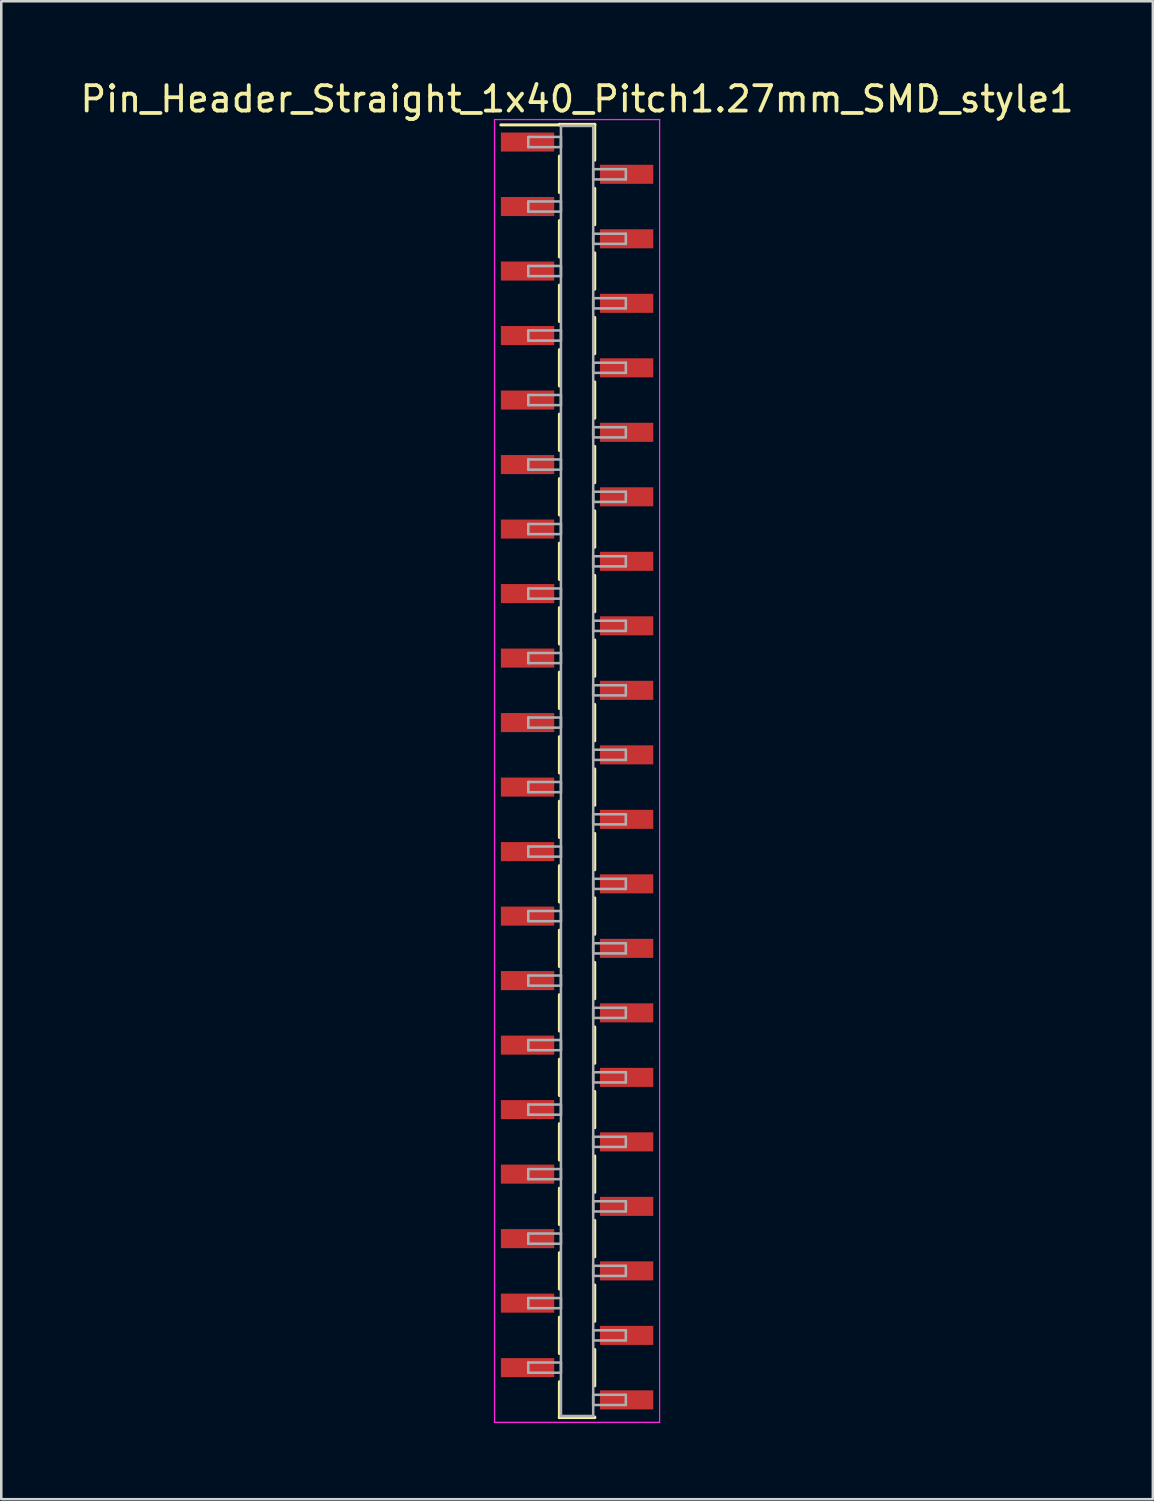
<source format=kicad_pcb>
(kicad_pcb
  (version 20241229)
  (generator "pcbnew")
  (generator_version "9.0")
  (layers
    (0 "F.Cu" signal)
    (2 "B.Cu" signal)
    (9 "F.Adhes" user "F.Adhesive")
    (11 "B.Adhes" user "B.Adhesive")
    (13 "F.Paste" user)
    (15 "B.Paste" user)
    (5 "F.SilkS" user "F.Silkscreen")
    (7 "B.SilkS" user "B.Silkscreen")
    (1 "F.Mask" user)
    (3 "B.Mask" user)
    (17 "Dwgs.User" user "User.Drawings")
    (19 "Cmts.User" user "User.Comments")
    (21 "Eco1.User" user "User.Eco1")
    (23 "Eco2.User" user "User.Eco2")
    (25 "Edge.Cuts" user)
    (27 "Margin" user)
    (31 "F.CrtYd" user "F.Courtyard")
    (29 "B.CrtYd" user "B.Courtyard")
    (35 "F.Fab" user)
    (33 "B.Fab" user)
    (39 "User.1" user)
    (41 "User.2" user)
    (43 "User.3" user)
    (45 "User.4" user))
  (footprint "Pin_Header_Straight_1x40_Pitch1.27mm_SMD_style1"
    (layer "F.Cu")
    (at 19.673 27.308)
    (property "Reference" "Pin_Header_Straight_1x40_Pitch1.27mm_SMD_style1" (at 0 -26.46 0) (layer "F.SilkS") (effects (font (size 1 1) (thickness 0.15))))
    (attr smd)
    (fp_line (start -0.695 -25.46) (end 0.695 -25.46) (stroke (width 0.12) (type solid)) (layer "F.SilkS"))
    (fp_line (start -0.695 -25.44) (end -3 -25.44) (stroke (width 0.12) (type solid)) (layer "F.SilkS"))
    (fp_line (start -0.695 -25.44) (end -0.695 -25.46) (stroke (width 0.12) (type solid)) (layer "F.SilkS"))
    (fp_line (start -0.695 -24.21) (end -0.695 -22.78) (stroke (width 0.12) (type solid)) (layer "F.SilkS"))
    (fp_line (start -0.695 -21.67) (end -0.695 -20.24) (stroke (width 0.12) (type solid)) (layer "F.SilkS"))
    (fp_line (start -0.695 -19.13) (end -0.695 -17.7) (stroke (width 0.12) (type solid)) (layer "F.SilkS"))
    (fp_line (start -0.695 -16.59) (end -0.695 -15.16) (stroke (width 0.12) (type solid)) (layer "F.SilkS"))
    (fp_line (start -0.695 -14.05) (end -0.695 -12.62) (stroke (width 0.12) (type solid)) (layer "F.SilkS"))
    (fp_line (start -0.695 -11.51) (end -0.695 -10.08) (stroke (width 0.12) (type solid)) (layer "F.SilkS"))
    (fp_line (start -0.695 -8.97) (end -0.695 -7.54) (stroke (width 0.12) (type solid)) (layer "F.SilkS"))
    (fp_line (start -0.695 -6.43) (end -0.695 -5) (stroke (width 0.12) (type solid)) (layer "F.SilkS"))
    (fp_line (start -0.695 -3.89) (end -0.695 -2.46) (stroke (width 0.12) (type solid)) (layer "F.SilkS"))
    (fp_line (start -0.695 -1.35) (end -0.695 0.08) (stroke (width 0.12) (type solid)) (layer "F.SilkS"))
    (fp_line (start -0.695 1.19) (end -0.695 2.62) (stroke (width 0.12) (type solid)) (layer "F.SilkS"))
    (fp_line (start -0.695 3.73) (end -0.695 5.16) (stroke (width 0.12) (type solid)) (layer "F.SilkS"))
    (fp_line (start -0.695 6.27) (end -0.695 7.7) (stroke (width 0.12) (type solid)) (layer "F.SilkS"))
    (fp_line (start -0.695 8.81) (end -0.695 10.24) (stroke (width 0.12) (type solid)) (layer "F.SilkS"))
    (fp_line (start -0.695 11.35) (end -0.695 12.78) (stroke (width 0.12) (type solid)) (layer "F.SilkS"))
    (fp_line (start -0.695 13.89) (end -0.695 15.32) (stroke (width 0.12) (type solid)) (layer "F.SilkS"))
    (fp_line (start -0.695 16.43) (end -0.695 17.86) (stroke (width 0.12) (type solid)) (layer "F.SilkS"))
    (fp_line (start -0.695 18.97) (end -0.695 20.4) (stroke (width 0.12) (type solid)) (layer "F.SilkS"))
    (fp_line (start -0.695 21.51) (end -0.695 22.94) (stroke (width 0.12) (type solid)) (layer "F.SilkS"))
    (fp_line (start -0.695 24.05) (end -0.695 25.46) (stroke (width 0.12) (type solid)) (layer "F.SilkS"))
    (fp_line (start -0.695 25.44) (end -0.695 25.46) (stroke (width 0.12) (type solid)) (layer "F.SilkS"))
    (fp_line (start -0.695 25.46) (end 0.695 25.46) (stroke (width 0.12) (type solid)) (layer "F.SilkS"))
    (fp_line (start 0.695 -25.46) (end 0.695 -25.44) (stroke (width 0.12) (type solid)) (layer "F.SilkS"))
    (fp_line (start 0.695 -25.46) (end 0.695 -24.05) (stroke (width 0.12) (type solid)) (layer "F.SilkS"))
    (fp_line (start 0.695 -22.94) (end 0.695 -21.51) (stroke (width 0.12) (type solid)) (layer "F.SilkS"))
    (fp_line (start 0.695 -20.4) (end 0.695 -18.97) (stroke (width 0.12) (type solid)) (layer "F.SilkS"))
    (fp_line (start 0.695 -17.86) (end 0.695 -16.43) (stroke (width 0.12) (type solid)) (layer "F.SilkS"))
    (fp_line (start 0.695 -15.32) (end 0.695 -13.89) (stroke (width 0.12) (type solid)) (layer "F.SilkS"))
    (fp_line (start 0.695 -12.78) (end 0.695 -11.35) (stroke (width 0.12) (type solid)) (layer "F.SilkS"))
    (fp_line (start 0.695 -10.24) (end 0.695 -8.81) (stroke (width 0.12) (type solid)) (layer "F.SilkS"))
    (fp_line (start 0.695 -7.7) (end 0.695 -6.27) (stroke (width 0.12) (type solid)) (layer "F.SilkS"))
    (fp_line (start 0.695 -5.16) (end 0.695 -3.73) (stroke (width 0.12) (type solid)) (layer "F.SilkS"))
    (fp_line (start 0.695 -2.62) (end 0.695 -1.19) (stroke (width 0.12) (type solid)) (layer "F.SilkS"))
    (fp_line (start 0.695 -0.08) (end 0.695 1.35) (stroke (width 0.12) (type solid)) (layer "F.SilkS"))
    (fp_line (start 0.695 2.46) (end 0.695 3.89) (stroke (width 0.12) (type solid)) (layer "F.SilkS"))
    (fp_line (start 0.695 5) (end 0.695 6.43) (stroke (width 0.12) (type solid)) (layer "F.SilkS"))
    (fp_line (start 0.695 7.54) (end 0.695 8.97) (stroke (width 0.12) (type solid)) (layer "F.SilkS"))
    (fp_line (start 0.695 10.08) (end 0.695 11.51) (stroke (width 0.12) (type solid)) (layer "F.SilkS"))
    (fp_line (start 0.695 12.62) (end 0.695 14.05) (stroke (width 0.12) (type solid)) (layer "F.SilkS"))
    (fp_line (start 0.695 15.16) (end 0.695 16.59) (stroke (width 0.12) (type solid)) (layer "F.SilkS"))
    (fp_line (start 0.695 17.7) (end 0.695 19.13) (stroke (width 0.12) (type solid)) (layer "F.SilkS"))
    (fp_line (start 0.695 20.24) (end 0.695 21.67) (stroke (width 0.12) (type solid)) (layer "F.SilkS"))
    (fp_line (start 0.695 22.78) (end 0.695 24.21) (stroke (width 0.12) (type solid)) (layer "F.SilkS"))
    (fp_line (start 0.695 25.46) (end 0.695 25.44) (stroke (width 0.12) (type solid)) (layer "F.SilkS"))
    (fp_line (start -3.25 -25.65) (end -3.25 25.65) (stroke (width 0.05) (type solid)) (layer "F.CrtYd"))
    (fp_line (start -3.25 25.65) (end 3.25 25.65) (stroke (width 0.05) (type solid)) (layer "F.CrtYd"))
    (fp_line (start 3.25 -25.65) (end -3.25 -25.65) (stroke (width 0.05) (type solid)) (layer "F.CrtYd"))
    (fp_line (start 3.25 25.65) (end 3.25 -25.65) (stroke (width 0.05) (type solid)) (layer "F.CrtYd"))
    (fp_line (start -1.92 -24.965) (end -0.635 -24.965) (stroke (width 0.1) (type solid)) (layer "F.Fab"))
    (fp_line (start -1.92 -24.565) (end -1.92 -24.965) (stroke (width 0.1) (type solid)) (layer "F.Fab"))
    (fp_line (start -1.92 -22.425) (end -0.635 -22.425) (stroke (width 0.1) (type solid)) (layer "F.Fab"))
    (fp_line (start -1.92 -22.025) (end -1.92 -22.425) (stroke (width 0.1) (type solid)) (layer "F.Fab"))
    (fp_line (start -1.92 -19.885) (end -0.635 -19.885) (stroke (width 0.1) (type solid)) (layer "F.Fab"))
    (fp_line (start -1.92 -19.485) (end -1.92 -19.885) (stroke (width 0.1) (type solid)) (layer "F.Fab"))
    (fp_line (start -1.92 -17.345) (end -0.635 -17.345) (stroke (width 0.1) (type solid)) (layer "F.Fab"))
    (fp_line (start -1.92 -16.945) (end -1.92 -17.345) (stroke (width 0.1) (type solid)) (layer "F.Fab"))
    (fp_line (start -1.92 -14.805) (end -0.635 -14.805) (stroke (width 0.1) (type solid)) (layer "F.Fab"))
    (fp_line (start -1.92 -14.405) (end -1.92 -14.805) (stroke (width 0.1) (type solid)) (layer "F.Fab"))
    (fp_line (start -1.92 -12.265) (end -0.635 -12.265) (stroke (width 0.1) (type solid)) (layer "F.Fab"))
    (fp_line (start -1.92 -11.865) (end -1.92 -12.265) (stroke (width 0.1) (type solid)) (layer "F.Fab"))
    (fp_line (start -1.92 -9.725) (end -0.635 -9.725) (stroke (width 0.1) (type solid)) (layer "F.Fab"))
    (fp_line (start -1.92 -9.325) (end -1.92 -9.725) (stroke (width 0.1) (type solid)) (layer "F.Fab"))
    (fp_line (start -1.92 -7.185) (end -0.635 -7.185) (stroke (width 0.1) (type solid)) (layer "F.Fab"))
    (fp_line (start -1.92 -6.785) (end -1.92 -7.185) (stroke (width 0.1) (type solid)) (layer "F.Fab"))
    (fp_line (start -1.92 -4.645) (end -0.635 -4.645) (stroke (width 0.1) (type solid)) (layer "F.Fab"))
    (fp_line (start -1.92 -4.245) (end -1.92 -4.645) (stroke (width 0.1) (type solid)) (layer "F.Fab"))
    (fp_line (start -1.92 -2.105) (end -0.635 -2.105) (stroke (width 0.1) (type solid)) (layer "F.Fab"))
    (fp_line (start -1.92 -1.705) (end -1.92 -2.105) (stroke (width 0.1) (type solid)) (layer "F.Fab"))
    (fp_line (start -1.92 0.435) (end -0.635 0.435) (stroke (width 0.1) (type solid)) (layer "F.Fab"))
    (fp_line (start -1.92 0.835) (end -1.92 0.435) (stroke (width 0.1) (type solid)) (layer "F.Fab"))
    (fp_line (start -1.92 2.975) (end -0.635 2.975) (stroke (width 0.1) (type solid)) (layer "F.Fab"))
    (fp_line (start -1.92 3.375) (end -1.92 2.975) (stroke (width 0.1) (type solid)) (layer "F.Fab"))
    (fp_line (start -1.92 5.515) (end -0.635 5.515) (stroke (width 0.1) (type solid)) (layer "F.Fab"))
    (fp_line (start -1.92 5.915) (end -1.92 5.515) (stroke (width 0.1) (type solid)) (layer "F.Fab"))
    (fp_line (start -1.92 8.055) (end -0.635 8.055) (stroke (width 0.1) (type solid)) (layer "F.Fab"))
    (fp_line (start -1.92 8.455) (end -1.92 8.055) (stroke (width 0.1) (type solid)) (layer "F.Fab"))
    (fp_line (start -1.92 10.595) (end -0.635 10.595) (stroke (width 0.1) (type solid)) (layer "F.Fab"))
    (fp_line (start -1.92 10.995) (end -1.92 10.595) (stroke (width 0.1) (type solid)) (layer "F.Fab"))
    (fp_line (start -1.92 13.135) (end -0.635 13.135) (stroke (width 0.1) (type solid)) (layer "F.Fab"))
    (fp_line (start -1.92 13.535) (end -1.92 13.135) (stroke (width 0.1) (type solid)) (layer "F.Fab"))
    (fp_line (start -1.92 15.675) (end -0.635 15.675) (stroke (width 0.1) (type solid)) (layer "F.Fab"))
    (fp_line (start -1.92 16.075) (end -1.92 15.675) (stroke (width 0.1) (type solid)) (layer "F.Fab"))
    (fp_line (start -1.92 18.215) (end -0.635 18.215) (stroke (width 0.1) (type solid)) (layer "F.Fab"))
    (fp_line (start -1.92 18.615) (end -1.92 18.215) (stroke (width 0.1) (type solid)) (layer "F.Fab"))
    (fp_line (start -1.92 20.755) (end -0.635 20.755) (stroke (width 0.1) (type solid)) (layer "F.Fab"))
    (fp_line (start -1.92 21.155) (end -1.92 20.755) (stroke (width 0.1) (type solid)) (layer "F.Fab"))
    (fp_line (start -1.92 23.295) (end -0.635 23.295) (stroke (width 0.1) (type solid)) (layer "F.Fab"))
    (fp_line (start -1.92 23.695) (end -1.92 23.295) (stroke (width 0.1) (type solid)) (layer "F.Fab"))
    (fp_line (start -0.635 -25.4) (end -0.635 25.4) (stroke (width 0.1) (type solid)) (layer "F.Fab"))
    (fp_line (start -0.635 -24.965) (end -0.635 -24.565) (stroke (width 0.1) (type solid)) (layer "F.Fab"))
    (fp_line (start -0.635 -24.565) (end -1.92 -24.565) (stroke (width 0.1) (type solid)) (layer "F.Fab"))
    (fp_line (start -0.635 -22.425) (end -0.635 -22.025) (stroke (width 0.1) (type solid)) (layer "F.Fab"))
    (fp_line (start -0.635 -22.025) (end -1.92 -22.025) (stroke (width 0.1) (type solid)) (layer "F.Fab"))
    (fp_line (start -0.635 -19.885) (end -0.635 -19.485) (stroke (width 0.1) (type solid)) (layer "F.Fab"))
    (fp_line (start -0.635 -19.485) (end -1.92 -19.485) (stroke (width 0.1) (type solid)) (layer "F.Fab"))
    (fp_line (start -0.635 -17.345) (end -0.635 -16.945) (stroke (width 0.1) (type solid)) (layer "F.Fab"))
    (fp_line (start -0.635 -16.945) (end -1.92 -16.945) (stroke (width 0.1) (type solid)) (layer "F.Fab"))
    (fp_line (start -0.635 -14.805) (end -0.635 -14.405) (stroke (width 0.1) (type solid)) (layer "F.Fab"))
    (fp_line (start -0.635 -14.405) (end -1.92 -14.405) (stroke (width 0.1) (type solid)) (layer "F.Fab"))
    (fp_line (start -0.635 -12.265) (end -0.635 -11.865) (stroke (width 0.1) (type solid)) (layer "F.Fab"))
    (fp_line (start -0.635 -11.865) (end -1.92 -11.865) (stroke (width 0.1) (type solid)) (layer "F.Fab"))
    (fp_line (start -0.635 -9.725) (end -0.635 -9.325) (stroke (width 0.1) (type solid)) (layer "F.Fab"))
    (fp_line (start -0.635 -9.325) (end -1.92 -9.325) (stroke (width 0.1) (type solid)) (layer "F.Fab"))
    (fp_line (start -0.635 -7.185) (end -0.635 -6.785) (stroke (width 0.1) (type solid)) (layer "F.Fab"))
    (fp_line (start -0.635 -6.785) (end -1.92 -6.785) (stroke (width 0.1) (type solid)) (layer "F.Fab"))
    (fp_line (start -0.635 -4.645) (end -0.635 -4.245) (stroke (width 0.1) (type solid)) (layer "F.Fab"))
    (fp_line (start -0.635 -4.245) (end -1.92 -4.245) (stroke (width 0.1) (type solid)) (layer "F.Fab"))
    (fp_line (start -0.635 -2.105) (end -0.635 -1.705) (stroke (width 0.1) (type solid)) (layer "F.Fab"))
    (fp_line (start -0.635 -1.705) (end -1.92 -1.705) (stroke (width 0.1) (type solid)) (layer "F.Fab"))
    (fp_line (start -0.635 0.435) (end -0.635 0.835) (stroke (width 0.1) (type solid)) (layer "F.Fab"))
    (fp_line (start -0.635 0.835) (end -1.92 0.835) (stroke (width 0.1) (type solid)) (layer "F.Fab"))
    (fp_line (start -0.635 2.975) (end -0.635 3.375) (stroke (width 0.1) (type solid)) (layer "F.Fab"))
    (fp_line (start -0.635 3.375) (end -1.92 3.375) (stroke (width 0.1) (type solid)) (layer "F.Fab"))
    (fp_line (start -0.635 5.515) (end -0.635 5.915) (stroke (width 0.1) (type solid)) (layer "F.Fab"))
    (fp_line (start -0.635 5.915) (end -1.92 5.915) (stroke (width 0.1) (type solid)) (layer "F.Fab"))
    (fp_line (start -0.635 8.055) (end -0.635 8.455) (stroke (width 0.1) (type solid)) (layer "F.Fab"))
    (fp_line (start -0.635 8.455) (end -1.92 8.455) (stroke (width 0.1) (type solid)) (layer "F.Fab"))
    (fp_line (start -0.635 10.595) (end -0.635 10.995) (stroke (width 0.1) (type solid)) (layer "F.Fab"))
    (fp_line (start -0.635 10.995) (end -1.92 10.995) (stroke (width 0.1) (type solid)) (layer "F.Fab"))
    (fp_line (start -0.635 13.135) (end -0.635 13.535) (stroke (width 0.1) (type solid)) (layer "F.Fab"))
    (fp_line (start -0.635 13.535) (end -1.92 13.535) (stroke (width 0.1) (type solid)) (layer "F.Fab"))
    (fp_line (start -0.635 15.675) (end -0.635 16.075) (stroke (width 0.1) (type solid)) (layer "F.Fab"))
    (fp_line (start -0.635 16.075) (end -1.92 16.075) (stroke (width 0.1) (type solid)) (layer "F.Fab"))
    (fp_line (start -0.635 18.215) (end -0.635 18.615) (stroke (width 0.1) (type solid)) (layer "F.Fab"))
    (fp_line (start -0.635 18.615) (end -1.92 18.615) (stroke (width 0.1) (type solid)) (layer "F.Fab"))
    (fp_line (start -0.635 20.755) (end -0.635 21.155) (stroke (width 0.1) (type solid)) (layer "F.Fab"))
    (fp_line (start -0.635 21.155) (end -1.92 21.155) (stroke (width 0.1) (type solid)) (layer "F.Fab"))
    (fp_line (start -0.635 23.295) (end -0.635 23.695) (stroke (width 0.1) (type solid)) (layer "F.Fab"))
    (fp_line (start -0.635 23.695) (end -1.92 23.695) (stroke (width 0.1) (type solid)) (layer "F.Fab"))
    (fp_line (start -0.635 25.4) (end 0.635 25.4) (stroke (width 0.1) (type solid)) (layer "F.Fab"))
    (fp_line (start 0.635 -25.4) (end -0.635 -25.4) (stroke (width 0.1) (type solid)) (layer "F.Fab"))
    (fp_line (start 0.635 -23.695) (end 0.635 -23.295) (stroke (width 0.1) (type solid)) (layer "F.Fab"))
    (fp_line (start 0.635 -23.295) (end 1.92 -23.295) (stroke (width 0.1) (type solid)) (layer "F.Fab"))
    (fp_line (start 0.635 -21.155) (end 0.635 -20.755) (stroke (width 0.1) (type solid)) (layer "F.Fab"))
    (fp_line (start 0.635 -20.755) (end 1.92 -20.755) (stroke (width 0.1) (type solid)) (layer "F.Fab"))
    (fp_line (start 0.635 -18.615) (end 0.635 -18.215) (stroke (width 0.1) (type solid)) (layer "F.Fab"))
    (fp_line (start 0.635 -18.215) (end 1.92 -18.215) (stroke (width 0.1) (type solid)) (layer "F.Fab"))
    (fp_line (start 0.635 -16.075) (end 0.635 -15.675) (stroke (width 0.1) (type solid)) (layer "F.Fab"))
    (fp_line (start 0.635 -15.675) (end 1.92 -15.675) (stroke (width 0.1) (type solid)) (layer "F.Fab"))
    (fp_line (start 0.635 -13.535) (end 0.635 -13.135) (stroke (width 0.1) (type solid)) (layer "F.Fab"))
    (fp_line (start 0.635 -13.135) (end 1.92 -13.135) (stroke (width 0.1) (type solid)) (layer "F.Fab"))
    (fp_line (start 0.635 -10.995) (end 0.635 -10.595) (stroke (width 0.1) (type solid)) (layer "F.Fab"))
    (fp_line (start 0.635 -10.595) (end 1.92 -10.595) (stroke (width 0.1) (type solid)) (layer "F.Fab"))
    (fp_line (start 0.635 -8.455) (end 0.635 -8.055) (stroke (width 0.1) (type solid)) (layer "F.Fab"))
    (fp_line (start 0.635 -8.055) (end 1.92 -8.055) (stroke (width 0.1) (type solid)) (layer "F.Fab"))
    (fp_line (start 0.635 -5.915) (end 0.635 -5.515) (stroke (width 0.1) (type solid)) (layer "F.Fab"))
    (fp_line (start 0.635 -5.515) (end 1.92 -5.515) (stroke (width 0.1) (type solid)) (layer "F.Fab"))
    (fp_line (start 0.635 -3.375) (end 0.635 -2.975) (stroke (width 0.1) (type solid)) (layer "F.Fab"))
    (fp_line (start 0.635 -2.975) (end 1.92 -2.975) (stroke (width 0.1) (type solid)) (layer "F.Fab"))
    (fp_line (start 0.635 -0.835) (end 0.635 -0.435) (stroke (width 0.1) (type solid)) (layer "F.Fab"))
    (fp_line (start 0.635 -0.435) (end 1.92 -0.435) (stroke (width 0.1) (type solid)) (layer "F.Fab"))
    (fp_line (start 0.635 1.705) (end 0.635 2.105) (stroke (width 0.1) (type solid)) (layer "F.Fab"))
    (fp_line (start 0.635 2.105) (end 1.92 2.105) (stroke (width 0.1) (type solid)) (layer "F.Fab"))
    (fp_line (start 0.635 4.245) (end 0.635 4.645) (stroke (width 0.1) (type solid)) (layer "F.Fab"))
    (fp_line (start 0.635 4.645) (end 1.92 4.645) (stroke (width 0.1) (type solid)) (layer "F.Fab"))
    (fp_line (start 0.635 6.785) (end 0.635 7.185) (stroke (width 0.1) (type solid)) (layer "F.Fab"))
    (fp_line (start 0.635 7.185) (end 1.92 7.185) (stroke (width 0.1) (type solid)) (layer "F.Fab"))
    (fp_line (start 0.635 9.325) (end 0.635 9.725) (stroke (width 0.1) (type solid)) (layer "F.Fab"))
    (fp_line (start 0.635 9.725) (end 1.92 9.725) (stroke (width 0.1) (type solid)) (layer "F.Fab"))
    (fp_line (start 0.635 11.865) (end 0.635 12.265) (stroke (width 0.1) (type solid)) (layer "F.Fab"))
    (fp_line (start 0.635 12.265) (end 1.92 12.265) (stroke (width 0.1) (type solid)) (layer "F.Fab"))
    (fp_line (start 0.635 14.405) (end 0.635 14.805) (stroke (width 0.1) (type solid)) (layer "F.Fab"))
    (fp_line (start 0.635 14.805) (end 1.92 14.805) (stroke (width 0.1) (type solid)) (layer "F.Fab"))
    (fp_line (start 0.635 16.945) (end 0.635 17.345) (stroke (width 0.1) (type solid)) (layer "F.Fab"))
    (fp_line (start 0.635 17.345) (end 1.92 17.345) (stroke (width 0.1) (type solid)) (layer "F.Fab"))
    (fp_line (start 0.635 19.485) (end 0.635 19.885) (stroke (width 0.1) (type solid)) (layer "F.Fab"))
    (fp_line (start 0.635 19.885) (end 1.92 19.885) (stroke (width 0.1) (type solid)) (layer "F.Fab"))
    (fp_line (start 0.635 22.025) (end 0.635 22.425) (stroke (width 0.1) (type solid)) (layer "F.Fab"))
    (fp_line (start 0.635 22.425) (end 1.92 22.425) (stroke (width 0.1) (type solid)) (layer "F.Fab"))
    (fp_line (start 0.635 24.565) (end 0.635 24.965) (stroke (width 0.1) (type solid)) (layer "F.Fab"))
    (fp_line (start 0.635 24.965) (end 1.92 24.965) (stroke (width 0.1) (type solid)) (layer "F.Fab"))
    (fp_line (start 0.635 25.4) (end 0.635 -25.4) (stroke (width 0.1) (type solid)) (layer "F.Fab"))
    (fp_line (start 1.92 -23.695) (end 0.635 -23.695) (stroke (width 0.1) (type solid)) (layer "F.Fab"))
    (fp_line (start 1.92 -23.295) (end 1.92 -23.695) (stroke (width 0.1) (type solid)) (layer "F.Fab"))
    (fp_line (start 1.92 -21.155) (end 0.635 -21.155) (stroke (width 0.1) (type solid)) (layer "F.Fab"))
    (fp_line (start 1.92 -20.755) (end 1.92 -21.155) (stroke (width 0.1) (type solid)) (layer "F.Fab"))
    (fp_line (start 1.92 -18.615) (end 0.635 -18.615) (stroke (width 0.1) (type solid)) (layer "F.Fab"))
    (fp_line (start 1.92 -18.215) (end 1.92 -18.615) (stroke (width 0.1) (type solid)) (layer "F.Fab"))
    (fp_line (start 1.92 -16.075) (end 0.635 -16.075) (stroke (width 0.1) (type solid)) (layer "F.Fab"))
    (fp_line (start 1.92 -15.675) (end 1.92 -16.075) (stroke (width 0.1) (type solid)) (layer "F.Fab"))
    (fp_line (start 1.92 -13.535) (end 0.635 -13.535) (stroke (width 0.1) (type solid)) (layer "F.Fab"))
    (fp_line (start 1.92 -13.135) (end 1.92 -13.535) (stroke (width 0.1) (type solid)) (layer "F.Fab"))
    (fp_line (start 1.92 -10.995) (end 0.635 -10.995) (stroke (width 0.1) (type solid)) (layer "F.Fab"))
    (fp_line (start 1.92 -10.595) (end 1.92 -10.995) (stroke (width 0.1) (type solid)) (layer "F.Fab"))
    (fp_line (start 1.92 -8.455) (end 0.635 -8.455) (stroke (width 0.1) (type solid)) (layer "F.Fab"))
    (fp_line (start 1.92 -8.055) (end 1.92 -8.455) (stroke (width 0.1) (type solid)) (layer "F.Fab"))
    (fp_line (start 1.92 -5.915) (end 0.635 -5.915) (stroke (width 0.1) (type solid)) (layer "F.Fab"))
    (fp_line (start 1.92 -5.515) (end 1.92 -5.915) (stroke (width 0.1) (type solid)) (layer "F.Fab"))
    (fp_line (start 1.92 -3.375) (end 0.635 -3.375) (stroke (width 0.1) (type solid)) (layer "F.Fab"))
    (fp_line (start 1.92 -2.975) (end 1.92 -3.375) (stroke (width 0.1) (type solid)) (layer "F.Fab"))
    (fp_line (start 1.92 -0.835) (end 0.635 -0.835) (stroke (width 0.1) (type solid)) (layer "F.Fab"))
    (fp_line (start 1.92 -0.435) (end 1.92 -0.835) (stroke (width 0.1) (type solid)) (layer "F.Fab"))
    (fp_line (start 1.92 1.705) (end 0.635 1.705) (stroke (width 0.1) (type solid)) (layer "F.Fab"))
    (fp_line (start 1.92 2.105) (end 1.92 1.705) (stroke (width 0.1) (type solid)) (layer "F.Fab"))
    (fp_line (start 1.92 4.245) (end 0.635 4.245) (stroke (width 0.1) (type solid)) (layer "F.Fab"))
    (fp_line (start 1.92 4.645) (end 1.92 4.245) (stroke (width 0.1) (type solid)) (layer "F.Fab"))
    (fp_line (start 1.92 6.785) (end 0.635 6.785) (stroke (width 0.1) (type solid)) (layer "F.Fab"))
    (fp_line (start 1.92 7.185) (end 1.92 6.785) (stroke (width 0.1) (type solid)) (layer "F.Fab"))
    (fp_line (start 1.92 9.325) (end 0.635 9.325) (stroke (width 0.1) (type solid)) (layer "F.Fab"))
    (fp_line (start 1.92 9.725) (end 1.92 9.325) (stroke (width 0.1) (type solid)) (layer "F.Fab"))
    (fp_line (start 1.92 11.865) (end 0.635 11.865) (stroke (width 0.1) (type solid)) (layer "F.Fab"))
    (fp_line (start 1.92 12.265) (end 1.92 11.865) (stroke (width 0.1) (type solid)) (layer "F.Fab"))
    (fp_line (start 1.92 14.405) (end 0.635 14.405) (stroke (width 0.1) (type solid)) (layer "F.Fab"))
    (fp_line (start 1.92 14.805) (end 1.92 14.405) (stroke (width 0.1) (type solid)) (layer "F.Fab"))
    (fp_line (start 1.92 16.945) (end 0.635 16.945) (stroke (width 0.1) (type solid)) (layer "F.Fab"))
    (fp_line (start 1.92 17.345) (end 1.92 16.945) (stroke (width 0.1) (type solid)) (layer "F.Fab"))
    (fp_line (start 1.92 19.485) (end 0.635 19.485) (stroke (width 0.1) (type solid)) (layer "F.Fab"))
    (fp_line (start 1.92 19.885) (end 1.92 19.485) (stroke (width 0.1) (type solid)) (layer "F.Fab"))
    (fp_line (start 1.92 22.025) (end 0.635 22.025) (stroke (width 0.1) (type solid)) (layer "F.Fab"))
    (fp_line (start 1.92 22.425) (end 1.92 22.025) (stroke (width 0.1) (type solid)) (layer "F.Fab"))
    (fp_line (start 1.92 24.565) (end 0.635 24.565) (stroke (width 0.1) (type solid)) (layer "F.Fab"))
    (fp_line (start 1.92 24.965) (end 1.92 24.565) (stroke (width 0.1) (type solid)) (layer "F.Fab"))
    (pad "1" smd rect (at -1.95 -24.765) (size 2.1 0.75) (layers "F.Cu" "F.Mask"))
    (pad "2" smd rect (at 1.95 -23.495) (size 2.1 0.75) (layers "F.Cu" "F.Mask"))
    (pad "3" smd rect (at -1.95 -22.225) (size 2.1 0.75) (layers "F.Cu" "F.Mask"))
    (pad "4" smd rect (at 1.95 -20.955) (size 2.1 0.75) (layers "F.Cu" "F.Mask"))
    (pad "5" smd rect (at -1.95 -19.685) (size 2.1 0.75) (layers "F.Cu" "F.Mask"))
    (pad "6" smd rect (at 1.95 -18.415) (size 2.1 0.75) (layers "F.Cu" "F.Mask"))
    (pad "7" smd rect (at -1.95 -17.145) (size 2.1 0.75) (layers "F.Cu" "F.Mask"))
    (pad "8" smd rect (at 1.95 -15.875) (size 2.1 0.75) (layers "F.Cu" "F.Mask"))
    (pad "9" smd rect (at -1.95 -14.605) (size 2.1 0.75) (layers "F.Cu" "F.Mask"))
    (pad "10" smd rect (at 1.95 -13.335) (size 2.1 0.75) (layers "F.Cu" "F.Mask"))
    (pad "11" smd rect (at -1.95 -12.065) (size 2.1 0.75) (layers "F.Cu" "F.Mask"))
    (pad "12" smd rect (at 1.95 -10.795) (size 2.1 0.75) (layers "F.Cu" "F.Mask"))
    (pad "13" smd rect (at -1.95 -9.525) (size 2.1 0.75) (layers "F.Cu" "F.Mask"))
    (pad "14" smd rect (at 1.95 -8.255) (size 2.1 0.75) (layers "F.Cu" "F.Mask"))
    (pad "15" smd rect (at -1.95 -6.985) (size 2.1 0.75) (layers "F.Cu" "F.Mask"))
    (pad "16" smd rect (at 1.95 -5.715) (size 2.1 0.75) (layers "F.Cu" "F.Mask"))
    (pad "17" smd rect (at -1.95 -4.445) (size 2.1 0.75) (layers "F.Cu" "F.Mask"))
    (pad "18" smd rect (at 1.95 -3.175) (size 2.1 0.75) (layers "F.Cu" "F.Mask"))
    (pad "19" smd rect (at -1.95 -1.905) (size 2.1 0.75) (layers "F.Cu" "F.Mask"))
    (pad "20" smd rect (at 1.95 -0.635) (size 2.1 0.75) (layers "F.Cu" "F.Mask"))
    (pad "21" smd rect (at -1.95 0.635) (size 2.1 0.75) (layers "F.Cu" "F.Mask"))
    (pad "22" smd rect (at 1.95 1.905) (size 2.1 0.75) (layers "F.Cu" "F.Mask"))
    (pad "23" smd rect (at -1.95 3.175) (size 2.1 0.75) (layers "F.Cu" "F.Mask"))
    (pad "24" smd rect (at 1.95 4.445) (size 2.1 0.75) (layers "F.Cu" "F.Mask"))
    (pad "25" smd rect (at -1.95 5.715) (size 2.1 0.75) (layers "F.Cu" "F.Mask"))
    (pad "26" smd rect (at 1.95 6.985) (size 2.1 0.75) (layers "F.Cu" "F.Mask"))
    (pad "27" smd rect (at -1.95 8.255) (size 2.1 0.75) (layers "F.Cu" "F.Mask"))
    (pad "28" smd rect (at 1.95 9.525) (size 2.1 0.75) (layers "F.Cu" "F.Mask"))
    (pad "29" smd rect (at -1.95 10.795) (size 2.1 0.75) (layers "F.Cu" "F.Mask"))
    (pad "30" smd rect (at 1.95 12.065) (size 2.1 0.75) (layers "F.Cu" "F.Mask"))
    (pad "31" smd rect (at -1.95 13.335) (size 2.1 0.75) (layers "F.Cu" "F.Mask"))
    (pad "32" smd rect (at 1.95 14.605) (size 2.1 0.75) (layers "F.Cu" "F.Mask"))
    (pad "33" smd rect (at -1.95 15.875) (size 2.1 0.75) (layers "F.Cu" "F.Mask"))
    (pad "34" smd rect (at 1.95 17.145) (size 2.1 0.75) (layers "F.Cu" "F.Mask"))
    (pad "35" smd rect (at -1.95 18.415) (size 2.1 0.75) (layers "F.Cu" "F.Mask"))
    (pad "36" smd rect (at 1.95 19.685) (size 2.1 0.75) (layers "F.Cu" "F.Mask"))
    (pad "37" smd rect (at -1.95 20.955) (size 2.1 0.75) (layers "F.Cu" "F.Mask"))
    (pad "38" smd rect (at 1.95 22.225) (size 2.1 0.75) (layers "F.Cu" "F.Mask"))
    (pad "39" smd rect (at -1.95 23.495) (size 2.1 0.75) (layers "F.Cu" "F.Mask"))
    (pad "40" smd rect (at 1.95 24.765) (size 2.1 0.75) (layers "F.Cu" "F.Mask")))
  (gr_rect
    (start -3 -3)
    (end 42.345 55.983)
    (stroke (width 0.1) (type default))
    (fill no)
    (layer "Edge.Cuts")))
</source>
